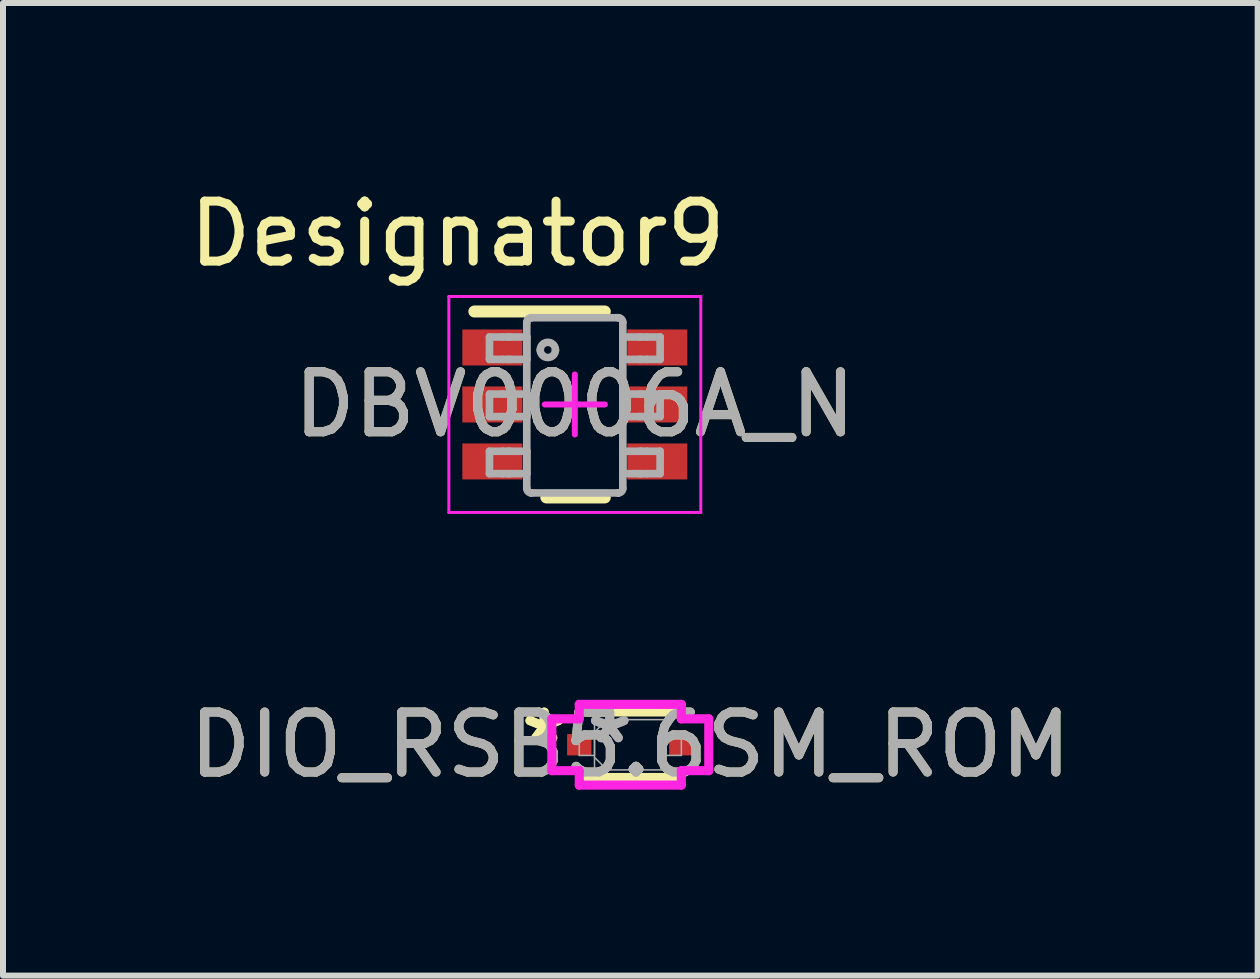
<source format=kicad_pcb>
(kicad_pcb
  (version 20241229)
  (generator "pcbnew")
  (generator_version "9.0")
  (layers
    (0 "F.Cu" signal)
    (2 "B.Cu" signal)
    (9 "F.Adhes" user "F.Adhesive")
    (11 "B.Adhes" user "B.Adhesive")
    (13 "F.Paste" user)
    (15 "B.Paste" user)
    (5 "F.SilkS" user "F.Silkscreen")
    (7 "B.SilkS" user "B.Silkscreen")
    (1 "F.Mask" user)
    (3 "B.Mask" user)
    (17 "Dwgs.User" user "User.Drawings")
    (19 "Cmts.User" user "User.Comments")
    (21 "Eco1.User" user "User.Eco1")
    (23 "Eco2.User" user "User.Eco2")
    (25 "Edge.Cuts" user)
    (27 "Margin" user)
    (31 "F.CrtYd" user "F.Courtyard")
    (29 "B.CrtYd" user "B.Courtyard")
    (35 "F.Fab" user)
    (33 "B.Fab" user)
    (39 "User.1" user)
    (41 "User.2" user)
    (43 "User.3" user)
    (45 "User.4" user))
  (footprint "DBV0006A_N"
    (layer "F.Cu")
    (at 6.533 3.693)
    (property "Reference" "DBV0006A_N" (at 0 0 0) (unlocked yes) (layer "F.SilkS") (effects (font (size 1 1) (thickness 0.15))))
    (attr smd)
    (fp_line (start -1.675 -1.55) (end 0.5 -1.55) (stroke (width 0.2) (type solid)) (layer "F.SilkS"))
    (fp_line (start -0.475 1.55) (end 0.5 1.55) (stroke (width 0.2) (type solid)) (layer "F.SilkS"))
    (fp_line (start -2.1 -1.8) (end 2.1 -1.8) (stroke (width 0.05) (type solid)) (layer "F.CrtYd"))
    (fp_line (start -2.1 1.8) (end -2.1 -1.8) (stroke (width 0.05) (type solid)) (layer "F.CrtYd"))
    (fp_line (start -2.1 1.8) (end 2.1 1.8) (stroke (width 0.05) (type solid)) (layer "F.CrtYd"))
    (fp_line (start -0.5 0) (end 0.5 0) (stroke (width 0.1) (type solid)) (layer "F.CrtYd"))
    (fp_line (start 0 0.5) (end 0 -0.5) (stroke (width 0.1) (type solid)) (layer "F.CrtYd"))
    (fp_line (start 2.1 1.8) (end 2.1 -1.8) (stroke (width 0.05) (type solid)) (layer "F.CrtYd"))
    (fp_line (start -1.423 -1.125) (end -1.206 -1.125) (stroke (width 0.127) (type solid)) (layer "F.Fab"))
    (fp_line (start -1.423 -0.751) (end -1.423 -1.125) (stroke (width 0.127) (type solid)) (layer "F.Fab"))
    (fp_line (start -1.423 -0.751) (end -1.206 -0.751) (stroke (width 0.127) (type solid)) (layer "F.Fab"))
    (fp_line (start -1.423 -0.173) (end -1.206 -0.173) (stroke (width 0.127) (type solid)) (layer "F.Fab"))
    (fp_line (start -1.423 0.202) (end -1.423 -0.173) (stroke (width 0.127) (type solid)) (layer "F.Fab"))
    (fp_line (start -1.423 0.202) (end -1.206 0.202) (stroke (width 0.127) (type solid)) (layer "F.Fab"))
    (fp_line (start -1.423 0.78) (end -1.206 0.78) (stroke (width 0.127) (type solid)) (layer "F.Fab"))
    (fp_line (start -1.423 1.154) (end -1.423 0.78) (stroke (width 0.127) (type solid)) (layer "F.Fab"))
    (fp_line (start -1.423 1.154) (end -1.206 1.154) (stroke (width 0.127) (type solid)) (layer "F.Fab"))
    (fp_line (start -1.206 -1.125) (end -1.113 -1.125) (stroke (width 0.127) (type solid)) (layer "F.Fab"))
    (fp_line (start -1.206 -0.751) (end -1.113 -0.751) (stroke (width 0.127) (type solid)) (layer "F.Fab"))
    (fp_line (start -1.206 -0.173) (end -1.113 -0.173) (stroke (width 0.127) (type solid)) (layer "F.Fab"))
    (fp_line (start -1.206 0.202) (end -1.113 0.202) (stroke (width 0.127) (type solid)) (layer "F.Fab"))
    (fp_line (start -1.206 0.78) (end -1.113 0.78) (stroke (width 0.127) (type solid)) (layer "F.Fab"))
    (fp_line (start -1.206 1.154) (end -1.113 1.154) (stroke (width 0.127) (type solid)) (layer "F.Fab"))
    (fp_line (start -1.113 -1.125) (end -1.081 -1.125) (stroke (width 0.127) (type solid)) (layer "F.Fab"))
    (fp_line (start -1.113 -0.751) (end -1.081 -0.751) (stroke (width 0.127) (type solid)) (layer "F.Fab"))
    (fp_line (start -1.113 -0.173) (end -1.081 -0.173) (stroke (width 0.127) (type solid)) (layer "F.Fab"))
    (fp_line (start -1.113 0.202) (end -1.081 0.202) (stroke (width 0.127) (type solid)) (layer "F.Fab"))
    (fp_line (start -1.113 0.78) (end -1.081 0.78) (stroke (width 0.127) (type solid)) (layer "F.Fab"))
    (fp_line (start -1.113 1.154) (end -1.081 1.154) (stroke (width 0.127) (type solid)) (layer "F.Fab"))
    (fp_line (start -1.081 -1.125) (end -0.828 -1.125) (stroke (width 0.127) (type solid)) (layer "F.Fab"))
    (fp_line (start -1.081 -0.751) (end -0.828 -0.751) (stroke (width 0.127) (type solid)) (layer "F.Fab"))
    (fp_line (start -1.081 -0.173) (end -0.828 -0.173) (stroke (width 0.127) (type solid)) (layer "F.Fab"))
    (fp_line (start -1.081 0.202) (end -0.828 0.202) (stroke (width 0.127) (type solid)) (layer "F.Fab"))
    (fp_line (start -1.081 0.78) (end -0.828 0.78) (stroke (width 0.127) (type solid)) (layer "F.Fab"))
    (fp_line (start -1.081 1.154) (end -0.828 1.154) (stroke (width 0.127) (type solid)) (layer "F.Fab"))
    (fp_line (start -0.828 -1.125) (end -0.801 -1.125) (stroke (width 0.127) (type solid)) (layer "F.Fab"))
    (fp_line (start -0.828 -0.751) (end -0.801 -0.751) (stroke (width 0.127) (type solid)) (layer "F.Fab"))
    (fp_line (start -0.828 -0.173) (end -0.801 -0.173) (stroke (width 0.127) (type solid)) (layer "F.Fab"))
    (fp_line (start -0.828 0.202) (end -0.801 0.202) (stroke (width 0.127) (type solid)) (layer "F.Fab"))
    (fp_line (start -0.828 0.78) (end -0.801 0.78) (stroke (width 0.127) (type solid)) (layer "F.Fab"))
    (fp_line (start -0.828 1.154) (end -0.801 1.154) (stroke (width 0.127) (type solid)) (layer "F.Fab"))
    (fp_line (start -0.801 -0.751) (end -0.801 -1.125) (stroke (width 0.127) (type solid)) (layer "F.Fab"))
    (fp_line (start -0.801 0.202) (end -0.801 -0.173) (stroke (width 0.127) (type solid)) (layer "F.Fab"))
    (fp_line (start -0.801 1.154) (end -0.801 0.78) (stroke (width 0.127) (type solid)) (layer "F.Fab"))
    (fp_line (start -0.801 1.399) (end -0.801 -1.37) (stroke (width 0.127) (type solid)) (layer "F.Fab"))
    (fp_line (start -0.725 -1.446) (end -0.724 -1.446) (stroke (width 0.127) (type solid)) (layer "F.Fab"))
    (fp_line (start -0.725 1.475) (end -0.724 1.475) (stroke (width 0.127) (type solid)) (layer "F.Fab"))
    (fp_line (start -0.724 -1.446) (end 0.723 -1.446) (stroke (width 0.127) (type solid)) (layer "F.Fab"))
    (fp_line (start -0.724 1.475) (end 0.723 1.475) (stroke (width 0.127) (type solid)) (layer "F.Fab"))
    (fp_line (start 0.723 -1.446) (end 0.724 -1.446) (stroke (width 0.127) (type solid)) (layer "F.Fab"))
    (fp_line (start 0.723 1.475) (end 0.724 1.475) (stroke (width 0.127) (type solid)) (layer "F.Fab"))
    (fp_line (start 0.8 -1.125) (end 0.827 -1.125) (stroke (width 0.127) (type solid)) (layer "F.Fab"))
    (fp_line (start 0.8 -0.751) (end 0.8 -1.125) (stroke (width 0.127) (type solid)) (layer "F.Fab"))
    (fp_line (start 0.8 -0.751) (end 0.827 -0.751) (stroke (width 0.127) (type solid)) (layer "F.Fab"))
    (fp_line (start 0.8 -0.173) (end 0.827 -0.173) (stroke (width 0.127) (type solid)) (layer "F.Fab"))
    (fp_line (start 0.8 0.202) (end 0.8 -0.173) (stroke (width 0.127) (type solid)) (layer "F.Fab"))
    (fp_line (start 0.8 0.202) (end 0.827 0.202) (stroke (width 0.127) (type solid)) (layer "F.Fab"))
    (fp_line (start 0.8 0.78) (end 0.827 0.78) (stroke (width 0.127) (type solid)) (layer "F.Fab"))
    (fp_line (start 0.8 1.154) (end 0.8 0.78) (stroke (width 0.127) (type solid)) (layer "F.Fab"))
    (fp_line (start 0.8 1.154) (end 0.827 1.154) (stroke (width 0.127) (type solid)) (layer "F.Fab"))
    (fp_line (start 0.8 1.399) (end 0.8 -1.37) (stroke (width 0.127) (type solid)) (layer "F.Fab"))
    (fp_line (start 0.827 -1.125) (end 1.08 -1.125) (stroke (width 0.127) (type solid)) (layer "F.Fab"))
    (fp_line (start 0.827 -0.751) (end 1.08 -0.751) (stroke (width 0.127) (type solid)) (layer "F.Fab"))
    (fp_line (start 0.827 -0.173) (end 1.08 -0.173) (stroke (width 0.127) (type solid)) (layer "F.Fab"))
    (fp_line (start 0.827 0.202) (end 1.08 0.202) (stroke (width 0.127) (type solid)) (layer "F.Fab"))
    (fp_line (start 0.827 0.78) (end 1.08 0.78) (stroke (width 0.127) (type solid)) (layer "F.Fab"))
    (fp_line (start 0.827 1.154) (end 1.08 1.154) (stroke (width 0.127) (type solid)) (layer "F.Fab"))
    (fp_line (start 1.08 -1.125) (end 1.112 -1.125) (stroke (width 0.127) (type solid)) (layer "F.Fab"))
    (fp_line (start 1.08 -0.751) (end 1.112 -0.751) (stroke (width 0.127) (type solid)) (layer "F.Fab"))
    (fp_line (start 1.08 -0.173) (end 1.112 -0.173) (stroke (width 0.127) (type solid)) (layer "F.Fab"))
    (fp_line (start 1.08 0.202) (end 1.112 0.202) (stroke (width 0.127) (type solid)) (layer "F.Fab"))
    (fp_line (start 1.08 0.78) (end 1.112 0.78) (stroke (width 0.127) (type solid)) (layer "F.Fab"))
    (fp_line (start 1.08 1.154) (end 1.112 1.154) (stroke (width 0.127) (type solid)) (layer "F.Fab"))
    (fp_line (start 1.112 -1.125) (end 1.205 -1.125) (stroke (width 0.127) (type solid)) (layer "F.Fab"))
    (fp_line (start 1.112 -0.751) (end 1.205 -0.751) (stroke (width 0.127) (type solid)) (layer "F.Fab"))
    (fp_line (start 1.112 -0.173) (end 1.205 -0.173) (stroke (width 0.127) (type solid)) (layer "F.Fab"))
    (fp_line (start 1.112 0.202) (end 1.205 0.202) (stroke (width 0.127) (type solid)) (layer "F.Fab"))
    (fp_line (start 1.112 0.78) (end 1.205 0.78) (stroke (width 0.127) (type solid)) (layer "F.Fab"))
    (fp_line (start 1.112 1.154) (end 1.205 1.154) (stroke (width 0.127) (type solid)) (layer "F.Fab"))
    (fp_line (start 1.205 -1.125) (end 1.422 -1.125) (stroke (width 0.127) (type solid)) (layer "F.Fab"))
    (fp_line (start 1.205 -0.751) (end 1.422 -0.751) (stroke (width 0.127) (type solid)) (layer "F.Fab"))
    (fp_line (start 1.205 -0.173) (end 1.422 -0.173) (stroke (width 0.127) (type solid)) (layer "F.Fab"))
    (fp_line (start 1.205 0.202) (end 1.422 0.202) (stroke (width 0.127) (type solid)) (layer "F.Fab"))
    (fp_line (start 1.205 0.78) (end 1.422 0.78) (stroke (width 0.127) (type solid)) (layer "F.Fab"))
    (fp_line (start 1.205 1.154) (end 1.422 1.154) (stroke (width 0.127) (type solid)) (layer "F.Fab"))
    (fp_line (start 1.422 -0.751) (end 1.422 -1.125) (stroke (width 0.127) (type solid)) (layer "F.Fab"))
    (fp_line (start 1.422 0.202) (end 1.422 -0.173) (stroke (width 0.127) (type solid)) (layer "F.Fab"))
    (fp_line (start 1.422 1.154) (end 1.422 0.78) (stroke (width 0.127) (type solid)) (layer "F.Fab"))
    (fp_arc (start -0.800692 -1.369901) (mid -0.778512 -1.423533) (end -0.724999 -1.446) (stroke (width 0.127) (type solid)) (layer "F.Fab"))
    (fp_arc (start -0.724999 1.475002) (mid -0.778507 1.452548) (end -0.800692 1.398928) (stroke (width 0.127) (type solid)) (layer "F.Fab"))
    (fp_arc (start -0.576537 -0.906071) (mid -0.449562 -1.033046) (end -0.322588 -0.906071) (stroke (width 0.127) (type solid)) (layer "F.Fab"))
    (fp_arc (start -0.322588 -0.906071) (mid -0.449562 -0.779097) (end -0.576537 -0.906071) (stroke (width 0.127) (type solid)) (layer "F.Fab"))
    (fp_arc (start 0.723841 -1.446) (mid 0.777341 -1.423528) (end 0.799508 -1.369901) (stroke (width 0.127) (type solid)) (layer "F.Fab"))
    (fp_arc (start 0.799508 1.398928) (mid 0.777336 1.452543) (end 0.723841 1.475002) (stroke (width 0.127) (type solid)) (layer "F.Fab"))
    (fp_text user "Designator9" (at -1.956 -2.845 0) (unlocked yes) (layer "F.SilkS") (effects (font (size 1 1) (thickness 0.15))))
    (fp_text user "${REFERENCE}" (at 0 0 0) (unlocked yes) (layer "F.Fab") (effects (font (size 1 1) (thickness 0.15))))
    (pad "1" smd rect (at -1.375 -0.95 90) (size 0.6 1) (layers "F.Cu" "F.Mask" "F.Paste"))
    (pad "2" smd rect (at -1.375 0 90) (size 0.6 1) (layers "F.Cu" "F.Mask" "F.Paste"))
    (pad "3" smd rect (at -1.375 0.95 90) (size 0.6 1) (layers "F.Cu" "F.Mask" "F.Paste"))
    (pad "4" smd rect (at 1.375 0.95 90) (size 0.6 1) (layers "F.Cu" "F.Mask" "F.Paste"))
    (pad "5" smd rect (at 1.375 0 90) (size 0.6 1) (layers "F.Cu" "F.Mask" "F.Paste"))
    (pad "6" smd rect (at 1.375 -0.95 90) (size 0.6 1) (layers "F.Cu" "F.Mask" "F.Paste")))
  (footprint "DIO_RSB5.6SM_ROM"
    (layer "F.Cu")
    (at 7.458 9.366)
    (property "Reference" "DIO_RSB5.6SM_ROM" (at 0 0 0) (unlocked yes) (layer "F.SilkS") (effects (font (size 1 1) (thickness 0.15))))
    (attr smd)
    (fp_line (start -0.724 0.546) (end 0.724 0.546) (stroke (width 0.152) (type solid)) (layer "F.SilkS"))
    (fp_line (start 0.724 -0.546) (end -0.724 -0.546) (stroke (width 0.152) (type solid)) (layer "F.SilkS"))
    (fp_line (start -1.308 -0.432) (end -0.851 -0.432) (stroke (width 0.152) (type solid)) (layer "F.CrtYd"))
    (fp_line (start -1.308 0.432) (end -1.308 -0.432) (stroke (width 0.152) (type solid)) (layer "F.CrtYd"))
    (fp_line (start -0.851 -0.673) (end 0.851 -0.673) (stroke (width 0.152) (type solid)) (layer "F.CrtYd"))
    (fp_line (start -0.851 -0.432) (end -0.851 -0.673) (stroke (width 0.152) (type solid)) (layer "F.CrtYd"))
    (fp_line (start -0.851 0.432) (end -1.308 0.432) (stroke (width 0.152) (type solid)) (layer "F.CrtYd"))
    (fp_line (start -0.851 0.673) (end -0.851 0.432) (stroke (width 0.152) (type solid)) (layer "F.CrtYd"))
    (fp_line (start 0.851 -0.673) (end 0.851 -0.432) (stroke (width 0.152) (type solid)) (layer "F.CrtYd"))
    (fp_line (start 0.851 -0.432) (end 1.308 -0.432) (stroke (width 0.152) (type solid)) (layer "F.CrtYd"))
    (fp_line (start 0.851 0.432) (end 0.851 0.673) (stroke (width 0.152) (type solid)) (layer "F.CrtYd"))
    (fp_line (start 0.851 0.673) (end -0.851 0.673) (stroke (width 0.152) (type solid)) (layer "F.CrtYd"))
    (fp_line (start 1.308 -0.432) (end 1.308 0.432) (stroke (width 0.152) (type solid)) (layer "F.CrtYd"))
    (fp_line (start 1.308 0.432) (end 0.851 0.432) (stroke (width 0.152) (type solid)) (layer "F.CrtYd"))
    (fp_line (start -0.851 -0.178) (end -0.851 0.178) (stroke (width 0.025) (type solid)) (layer "F.Fab"))
    (fp_line (start -0.851 0.178) (end -0.597 0.178) (stroke (width 0.025) (type solid)) (layer "F.Fab"))
    (fp_line (start -0.597 -0.419) (end -0.597 0.419) (stroke (width 0.025) (type solid)) (layer "F.Fab"))
    (fp_line (start -0.597 -0.21) (end -0.387 -0.419) (stroke (width 0.025) (type solid)) (layer "F.Fab"))
    (fp_line (start -0.597 -0.178) (end -0.851 -0.178) (stroke (width 0.025) (type solid)) (layer "F.Fab"))
    (fp_line (start -0.597 0.178) (end -0.597 -0.178) (stroke (width 0.025) (type solid)) (layer "F.Fab"))
    (fp_line (start -0.597 0.21) (end -0.387 0.419) (stroke (width 0.025) (type solid)) (layer "F.Fab"))
    (fp_line (start -0.597 0.419) (end 0.597 0.419) (stroke (width 0.025) (type solid)) (layer "F.Fab"))
    (fp_line (start 0.597 -0.419) (end -0.597 -0.419) (stroke (width 0.025) (type solid)) (layer "F.Fab"))
    (fp_line (start 0.597 -0.178) (end 0.597 0.178) (stroke (width 0.025) (type solid)) (layer "F.Fab"))
    (fp_line (start 0.597 0.178) (end 0.851 0.178) (stroke (width 0.025) (type solid)) (layer "F.Fab"))
    (fp_line (start 0.597 0.419) (end 0.597 -0.419) (stroke (width 0.025) (type solid)) (layer "F.Fab"))
    (fp_line (start 0.851 -0.178) (end 0.597 -0.178) (stroke (width 0.025) (type solid)) (layer "F.Fab"))
    (fp_line (start 0.851 0.178) (end 0.851 -0.178) (stroke (width 0.025) (type solid)) (layer "F.Fab"))
    (fp_text user "*" (at -1.435 0 0) (layer "F.SilkS") (effects (font (size 1 1) (thickness 0.15))))
    (fp_text user "*" (at -1.435 0 0) (unlocked yes) (layer "F.SilkS") (effects (font (size 1 1) (thickness 0.15))))
    (fp_text user "${REFERENCE}" (at 0 0 0) (unlocked yes) (layer "F.Fab") (effects (font (size 1 1) (thickness 0.15))))
    (fp_text user "*" (at -0.343 0 0) (unlocked yes) (layer "F.Fab") (effects (font (size 1 1) (thickness 0.15))))
    (fp_text user "*" (at -0.343 0 0) (layer "F.Fab") (effects (font (size 1 1) (thickness 0.15))))
    (pad "1" smd rect (at -0.851 0) (size 0.406 0.356) (layers "F.Cu" "F.Mask" "F.Paste"))
    (pad "2" smd rect (at 0.851 0) (size 0.406 0.356) (layers "F.Cu" "F.Mask" "F.Paste"))
    (zone (net_name "") (layer "F.Cu") (hatch full 0.508) (connect_pads) (min_thickness 0.254) (filled_areas_thickness no) (keepout (tracks not_allowed) (vias not_allowed) (pads allowed) (copperpour not_allowed) (footprints allowed)) (placement (enabled no)) (fill) (polygon (pts (xy 6.861 8.998) (xy 8.055 8.998) (xy 8.055 9.735) (xy 6.861 9.735)))))
  (gr_rect
    (start -3 -3)
    (end 17.917 13.215)
    (stroke (width 0.1) (type default))
    (fill no)
    (layer "Edge.Cuts")))
</source>
